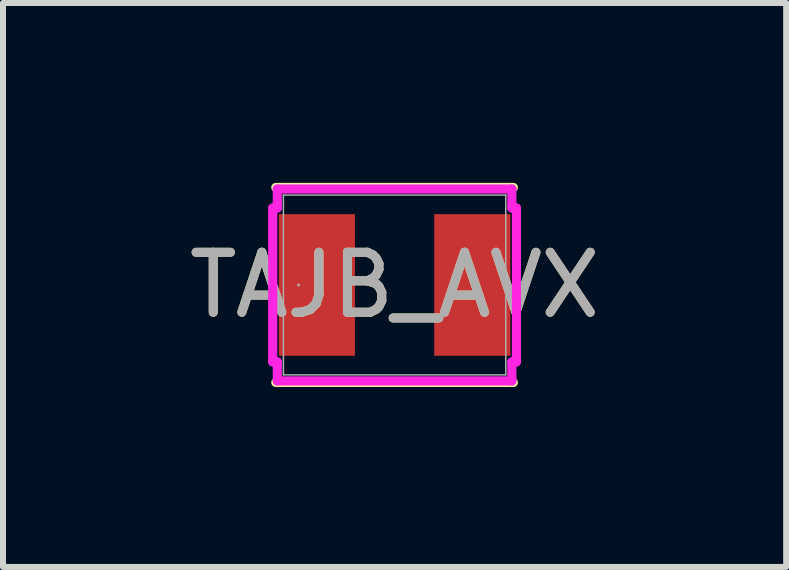
<source format=kicad_pcb>
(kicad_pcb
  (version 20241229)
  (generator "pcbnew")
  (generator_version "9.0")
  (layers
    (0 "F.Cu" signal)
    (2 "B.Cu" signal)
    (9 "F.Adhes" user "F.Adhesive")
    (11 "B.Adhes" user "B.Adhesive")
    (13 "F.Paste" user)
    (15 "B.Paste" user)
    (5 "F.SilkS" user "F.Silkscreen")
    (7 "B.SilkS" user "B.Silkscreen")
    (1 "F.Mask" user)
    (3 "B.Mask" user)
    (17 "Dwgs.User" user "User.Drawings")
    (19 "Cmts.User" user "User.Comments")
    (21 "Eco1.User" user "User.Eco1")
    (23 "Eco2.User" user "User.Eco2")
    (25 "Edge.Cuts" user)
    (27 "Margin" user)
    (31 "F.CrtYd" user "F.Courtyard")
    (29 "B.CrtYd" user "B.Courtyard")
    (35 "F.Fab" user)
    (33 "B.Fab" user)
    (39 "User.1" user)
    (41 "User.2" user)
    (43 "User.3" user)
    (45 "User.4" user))
  (footprint "TAJB_AVX"
    (layer "F.Cu")
    (at 3.53 1.702)
    (property "Reference" "TAJB_AVX" (at 0 0 0) (unlocked yes) (layer "F.SilkS") (effects (font (size 1 1) (thickness 0.15))))
    (attr smd)
    (fp_line (start -1.981 1.626) (end 1.981 1.626) (stroke (width 0.152) (type solid)) (layer "F.SilkS"))
    (fp_line (start 1.981 -1.626) (end -1.981 -1.626) (stroke (width 0.152) (type solid)) (layer "F.SilkS"))
    (fp_line (start -2.032 -1.283) (end -1.956 -1.283) (stroke (width 0.152) (type solid)) (layer "F.CrtYd"))
    (fp_line (start -2.032 1.283) (end -2.032 -1.283) (stroke (width 0.152) (type solid)) (layer "F.CrtYd"))
    (fp_line (start -1.956 -1.6) (end 1.956 -1.6) (stroke (width 0.152) (type solid)) (layer "F.CrtYd"))
    (fp_line (start -1.956 -1.283) (end -1.956 -1.6) (stroke (width 0.152) (type solid)) (layer "F.CrtYd"))
    (fp_line (start -1.956 1.283) (end -2.032 1.283) (stroke (width 0.152) (type solid)) (layer "F.CrtYd"))
    (fp_line (start -1.956 1.6) (end -1.956 1.283) (stroke (width 0.152) (type solid)) (layer "F.CrtYd"))
    (fp_line (start 1.956 -1.6) (end 1.956 -1.283) (stroke (width 0.152) (type solid)) (layer "F.CrtYd"))
    (fp_line (start 1.956 -1.283) (end 2.032 -1.283) (stroke (width 0.152) (type solid)) (layer "F.CrtYd"))
    (fp_line (start 1.956 1.283) (end 1.956 1.6) (stroke (width 0.152) (type solid)) (layer "F.CrtYd"))
    (fp_line (start 1.956 1.6) (end -1.956 1.6) (stroke (width 0.152) (type solid)) (layer "F.CrtYd"))
    (fp_line (start 2.032 -1.283) (end 2.032 1.283) (stroke (width 0.152) (type solid)) (layer "F.CrtYd"))
    (fp_line (start 2.032 1.283) (end 1.956 1.283) (stroke (width 0.152) (type solid)) (layer "F.CrtYd"))
    (fp_line (start -1.854 -1.499) (end -1.854 1.499) (stroke (width 0.025) (type solid)) (layer "F.Fab"))
    (fp_line (start -1.854 1.499) (end 1.854 1.499) (stroke (width 0.025) (type solid)) (layer "F.Fab"))
    (fp_line (start 1.854 -1.499) (end -1.854 -1.499) (stroke (width 0.025) (type solid)) (layer "F.Fab"))
    (fp_line (start 1.854 1.499) (end 1.854 -1.499) (stroke (width 0.025) (type solid)) (layer "F.Fab"))
    (fp_circle (center -1.6 0) (end -1.6 0) (stroke (width 0.025) (type solid)) (fill no) (layer "F.Fab"))
    (fp_text user "${REFERENCE}" (at 0 0 0) (unlocked yes) (layer "F.Fab") (effects (font (size 1 1) (thickness 0.15))))
    (pad "1" smd rect (at -1.296 0 90) (size 2.362 1.27) (layers "F.Cu" "F.Mask" "F.Paste"))
    (pad "2" smd rect (at 1.296 0 90) (size 2.362 1.27) (layers "F.Cu" "F.Mask" "F.Paste"))
    (zone (net_name "") (layer "F.Cu") (hatch full 0.508) (connect_pads) (min_thickness 0.254) (filled_areas_thickness no) (keepout (tracks not_allowed) (vias not_allowed) (pads allowed) (copperpour not_allowed) (footprints allowed)) (placement (enabled no)) (fill) (polygon (pts (xy 1.726 0.254) (xy 5.333 0.254) (xy 5.333 0.445) (xy 1.726 0.445))))
    (zone (net_name "") (layer "F.Cu") (hatch full 0.508) (connect_pads) (min_thickness 0.254) (filled_areas_thickness no) (keepout (tracks not_allowed) (vias not_allowed) (pads allowed) (copperpour not_allowed) (footprints allowed)) (placement (enabled no)) (fill) (polygon (pts (xy 1.726 2.959) (xy 5.333 2.959) (xy 5.333 3.15) (xy 1.726 3.15))))
    (zone (net_name "") (layer "F.Cu") (hatch full 0.508) (connect_pads) (min_thickness 0.254) (filled_areas_thickness no) (keepout (tracks not_allowed) (vias not_allowed) (pads allowed) (copperpour not_allowed) (footprints allowed)) (placement (enabled no)) (fill) (polygon (pts (xy 2.92 0.445) (xy 4.14 0.445) (xy 4.14 2.959) (xy 2.92 2.959)))))
  (gr_rect
    (start -3 -3)
    (end 10.06 6.404)
    (stroke (width 0.1) (type default))
    (fill no)
    (layer "Edge.Cuts")))
</source>
